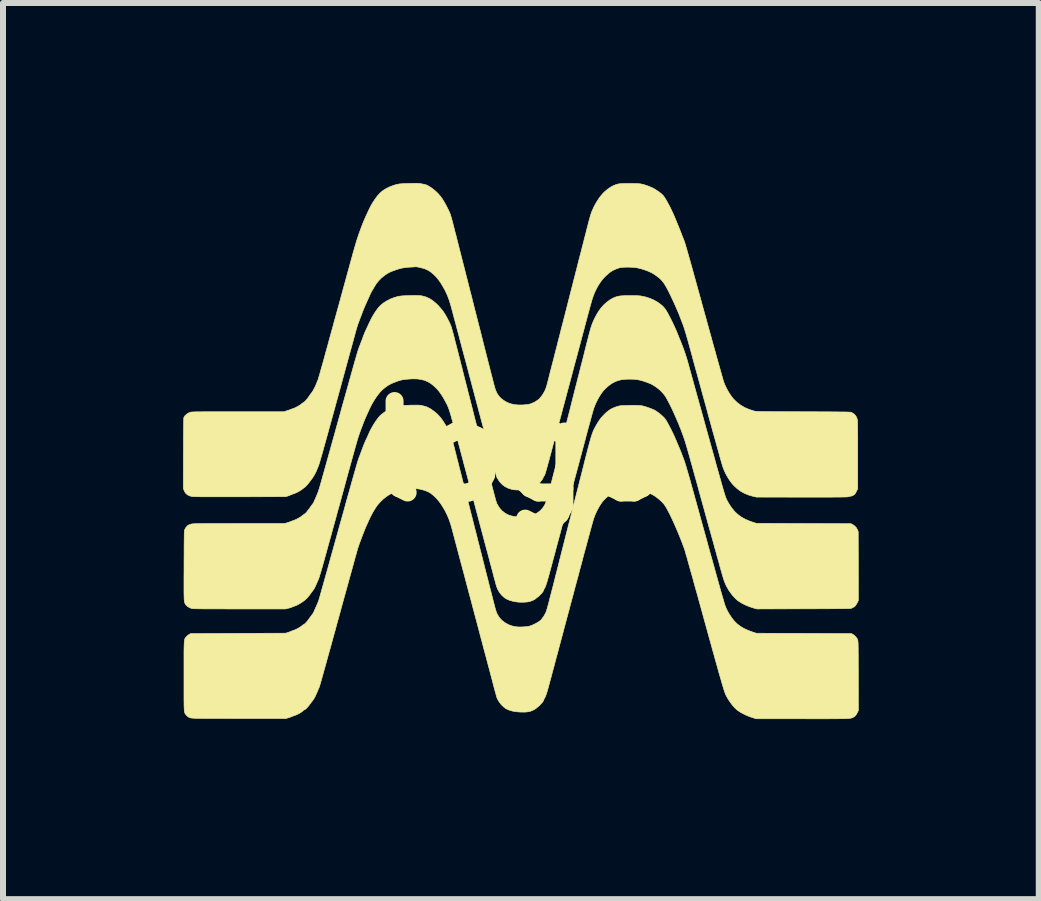
<source format=kicad_pcb>
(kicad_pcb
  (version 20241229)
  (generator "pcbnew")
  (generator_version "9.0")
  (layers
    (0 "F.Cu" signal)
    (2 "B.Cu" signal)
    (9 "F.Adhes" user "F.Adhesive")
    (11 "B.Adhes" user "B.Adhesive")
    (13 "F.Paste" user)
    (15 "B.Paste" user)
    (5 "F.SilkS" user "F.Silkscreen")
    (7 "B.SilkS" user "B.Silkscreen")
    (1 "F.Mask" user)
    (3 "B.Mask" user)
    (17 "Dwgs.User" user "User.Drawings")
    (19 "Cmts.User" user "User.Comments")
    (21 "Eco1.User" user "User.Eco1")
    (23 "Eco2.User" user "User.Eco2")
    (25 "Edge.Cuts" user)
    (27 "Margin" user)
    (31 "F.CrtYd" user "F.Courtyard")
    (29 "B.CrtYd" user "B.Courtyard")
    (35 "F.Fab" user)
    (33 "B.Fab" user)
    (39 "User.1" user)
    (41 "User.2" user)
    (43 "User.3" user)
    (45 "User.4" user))
  (footprint "logo"
    (layer "F.Cu")
    (at 5.63 4.468)
    (property "Reference" "logo" (at 0 0 0) (layer "F.SilkS") (effects (font (size 1.524 1.524) (thickness 0.3))))
    (attr through_hole)
    (fp_poly (pts (xy -1.726 -2.594) (xy -1.704 -2.593) (xy -1.686 -2.592) (xy -1.67 -2.59) (xy -1.653 -2.588) (xy -1.639 -2.585) (xy -1.581 -2.569) (xy -1.523 -2.543) (xy -1.467 -2.507) (xy -1.411 -2.46) (xy -1.383 -2.433) (xy -1.34 -2.385) (xy -1.3 -2.336) (xy -1.264 -2.282) (xy -1.23 -2.223) (xy -1.196 -2.156) (xy -1.186 -2.135) (xy -1.181 -2.125) (xy -1.177 -2.115) (xy -1.173 -2.105) (xy -1.169 -2.094) (xy -1.164 -2.082) (xy -1.159 -2.068) (xy -1.154 -2.051) (xy -1.148 -2.032) (xy -1.142 -2.008) (xy -1.134 -1.98) (xy -1.125 -1.948) (xy -1.115 -1.91) (xy -1.104 -1.866) (xy -1.091 -1.815) (xy -1.076 -1.757) (xy -1.059 -1.692) (xy -1.04 -1.618) (xy -1.019 -1.535) (xy -0.996 -1.443) (xy -0.987 -1.41) (xy -0.966 -1.324) (xy -0.944 -1.238) (xy -0.922 -1.152) (xy -0.9 -1.068) (xy -0.88 -0.986) (xy -0.86 -0.908) (xy -0.841 -0.834) (xy -0.823 -0.764) (xy -0.807 -0.701) (xy -0.793 -0.645) (xy -0.781 -0.597) (xy -0.771 -0.558) (xy -0.766 -0.537) (xy -0.752 -0.485) (xy -0.737 -0.425) (xy -0.72 -0.359) (xy -0.703 -0.29) (xy -0.685 -0.221) (xy -0.668 -0.153) (xy -0.651 -0.088) (xy -0.643 -0.056) (xy -0.614 0.057) (xy -0.588 0.16) (xy -0.564 0.254) (xy -0.543 0.338) (xy -0.523 0.415) (xy -0.506 0.483) (xy -0.49 0.544) (xy -0.477 0.598) (xy -0.464 0.645) (xy -0.454 0.687) (xy -0.444 0.723) (xy -0.436 0.753) (xy -0.429 0.779) (xy -0.423 0.801) (xy -0.418 0.82) (xy -0.413 0.835) (xy -0.409 0.847) (xy -0.406 0.857) (xy -0.403 0.865) (xy -0.4 0.872) (xy -0.398 0.877) (xy -0.395 0.883) (xy -0.392 0.888) (xy -0.389 0.894) (xy -0.388 0.895) (xy -0.356 0.947) (xy -0.318 0.991) (xy -0.273 1.027) (xy -0.27 1.029) (xy -0.235 1.05) (xy -0.201 1.066) (xy -0.164 1.078) (xy -0.124 1.087) (xy -0.077 1.092) (xy -0.043 1.095) (xy 0.008 1.096) (xy 0.056 1.096) (xy 0.099 1.092) (xy 0.137 1.087) (xy 0.167 1.08) (xy 0.189 1.071) (xy 0.196 1.066) (xy 0.207 1.06) (xy 0.22 1.056) (xy 0.236 1.05) (xy 0.257 1.039) (xy 0.281 1.024) (xy 0.304 1.008) (xy 0.323 0.992) (xy 0.333 0.983) (xy 0.352 0.961) (xy 0.369 0.941) (xy 0.384 0.919) (xy 0.398 0.895) (xy 0.411 0.867) (xy 0.423 0.836) (xy 0.436 0.799) (xy 0.449 0.755) (xy 0.463 0.703) (xy 0.479 0.642) (xy 0.481 0.635) (xy 0.495 0.577) (xy 0.512 0.51) (xy 0.531 0.436) (xy 0.552 0.355) (xy 0.574 0.27) (xy 0.596 0.18) (xy 0.62 0.089) (xy 0.643 -0.003) (xy 0.666 -0.096) (xy 0.689 -0.186) (xy 0.712 -0.273) (xy 0.733 -0.356) (xy 0.752 -0.433) (xy 0.767 -0.492) (xy 0.799 -0.617) (xy 0.828 -0.731) (xy 0.854 -0.836) (xy 0.878 -0.93) (xy 0.9 -1.015) (xy 0.919 -1.091) (xy 0.936 -1.157) (xy 0.95 -1.214) (xy 0.963 -1.263) (xy 0.973 -1.302) (xy 0.98 -1.332) (xy 0.986 -1.354) (xy 0.987 -1.357) (xy 0.991 -1.375) (xy 0.998 -1.402) (xy 1.007 -1.437) (xy 1.018 -1.478) (xy 1.03 -1.525) (xy 1.043 -1.577) (xy 1.057 -1.632) (xy 1.071 -1.69) (xy 1.085 -1.744) (xy 1.102 -1.813) (xy 1.118 -1.873) (xy 1.131 -1.925) (xy 1.143 -1.97) (xy 1.153 -2.007) (xy 1.162 -2.039) (xy 1.17 -2.066) (xy 1.178 -2.089) (xy 1.185 -2.109) (xy 1.191 -2.128) (xy 1.194 -2.134) (xy 1.225 -2.204) (xy 1.26 -2.271) (xy 1.297 -2.332) (xy 1.337 -2.387) (xy 1.377 -2.432) (xy 1.389 -2.444) (xy 1.44 -2.488) (xy 1.489 -2.524) (xy 1.538 -2.551) (xy 1.587 -2.571) (xy 1.639 -2.584) (xy 1.642 -2.584) (xy 1.664 -2.587) (xy 1.694 -2.589) (xy 1.731 -2.591) (xy 1.772 -2.592) (xy 1.816 -2.592) (xy 1.86 -2.592) (xy 1.903 -2.591) (xy 1.943 -2.59) (xy 1.977 -2.588) (xy 2.004 -2.585) (xy 2.008 -2.584) (xy 2.08 -2.569) (xy 2.151 -2.546) (xy 2.218 -2.517) (xy 2.279 -2.482) (xy 2.293 -2.472) (xy 2.329 -2.446) (xy 2.358 -2.422) (xy 2.381 -2.398) (xy 2.403 -2.372) (xy 2.424 -2.34) (xy 2.446 -2.303) (xy 2.48 -2.238) (xy 2.516 -2.168) (xy 2.55 -2.096) (xy 2.582 -2.026) (xy 2.596 -1.992) (xy 2.609 -1.961) (xy 2.624 -1.924) (xy 2.639 -1.886) (xy 2.654 -1.851) (xy 2.656 -1.846) (xy 2.684 -1.774) (xy 2.712 -1.701) (xy 2.737 -1.629) (xy 2.759 -1.561) (xy 2.778 -1.5) (xy 2.78 -1.492) (xy 2.829 -1.313) (xy 2.876 -1.144) (xy 2.92 -0.984) (xy 2.962 -0.834) (xy 3.001 -0.693) (xy 3.038 -0.561) (xy 3.072 -0.437) (xy 3.104 -0.321) (xy 3.134 -0.213) (xy 3.162 -0.112) (xy 3.188 -0.019) (xy 3.212 0.067) (xy 3.234 0.146) (xy 3.254 0.22) (xy 3.273 0.287) (xy 3.29 0.348) (xy 3.306 0.403) (xy 3.32 0.454) (xy 3.333 0.499) (xy 3.344 0.54) (xy 3.355 0.577) (xy 3.364 0.609) (xy 3.372 0.638) (xy 3.38 0.663) (xy 3.386 0.685) (xy 3.392 0.704) (xy 3.397 0.721) (xy 3.402 0.735) (xy 3.406 0.747) (xy 3.409 0.757) (xy 3.412 0.767) (xy 3.415 0.774) (xy 3.418 0.782) (xy 3.421 0.788) (xy 3.424 0.794) (xy 3.426 0.801) (xy 3.428 0.805) (xy 3.435 0.819) (xy 3.446 0.839) (xy 3.46 0.863) (xy 3.476 0.889) (xy 3.481 0.898) (xy 3.523 0.958) (xy 3.568 1.011) (xy 3.618 1.057) (xy 3.674 1.098) (xy 3.736 1.133) (xy 3.807 1.164) (xy 3.881 1.19) (xy 3.924 1.203) (xy 5.501 1.209) (xy 5.527 1.222) (xy 5.561 1.245) (xy 5.589 1.274) (xy 5.609 1.309) (xy 5.61 1.31) (xy 5.622 1.341) (xy 5.624 1.914) (xy 5.625 2.487) (xy 5.607 2.526) (xy 5.588 2.558) (xy 5.57 2.583) (xy 5.551 2.598) (xy 5.541 2.602) (xy 5.529 2.607) (xy 5.522 2.612) (xy 5.513 2.617) (xy 5.5 2.622) (xy 5.498 2.622) (xy 5.491 2.623) (xy 5.473 2.623) (xy 5.447 2.624) (xy 5.411 2.624) (xy 5.367 2.625) (xy 5.316 2.625) (xy 5.258 2.626) (xy 5.194 2.626) (xy 5.123 2.627) (xy 5.048 2.627) (xy 4.968 2.627) (xy 4.884 2.628) (xy 4.797 2.628) (xy 4.707 2.628) (xy 3.935 2.63) (xy 3.886 2.617) (xy 3.811 2.593) (xy 3.74 2.564) (xy 3.675 2.53) (xy 3.618 2.493) (xy 3.616 2.492) (xy 3.59 2.47) (xy 3.561 2.441) (xy 3.531 2.408) (xy 3.503 2.372) (xy 3.477 2.336) (xy 3.468 2.323) (xy 3.444 2.282) (xy 3.424 2.247) (xy 3.408 2.212) (xy 3.394 2.176) (xy 3.383 2.147) (xy 3.382 2.141) (xy 3.38 2.136) (xy 3.378 2.13) (xy 3.376 2.124) (xy 3.374 2.117) (xy 3.371 2.108) (xy 3.368 2.098) (xy 3.365 2.086) (xy 3.36 2.072) (xy 3.356 2.055) (xy 3.35 2.036) (xy 3.344 2.013) (xy 3.336 1.987) (xy 3.328 1.957) (xy 3.318 1.923) (xy 3.308 1.884) (xy 3.296 1.841) (xy 3.282 1.792) (xy 3.267 1.739) (xy 3.251 1.679) (xy 3.232 1.613) (xy 3.213 1.541) (xy 3.191 1.463) (xy 3.167 1.377) (xy 3.141 1.284) (xy 3.113 1.183) (xy 3.083 1.075) (xy 3.051 0.958) (xy 3.016 0.832) (xy 2.979 0.698) (xy 2.94 0.554) (xy 2.897 0.401) (xy 2.853 0.241) (xy 2.83 0.16) (xy 2.81 0.087) (xy 2.792 0.023) (xy 2.776 -0.033) (xy 2.761 -0.084) (xy 2.747 -0.13) (xy 2.734 -0.172) (xy 2.721 -0.211) (xy 2.708 -0.249) (xy 2.695 -0.285) (xy 2.681 -0.322) (xy 2.667 -0.36) (xy 2.65 -0.401) (xy 2.633 -0.445) (xy 2.622 -0.471) (xy 2.59 -0.546) (xy 2.557 -0.621) (xy 2.524 -0.694) (xy 2.49 -0.763) (xy 2.458 -0.825) (xy 2.428 -0.88) (xy 2.416 -0.901) (xy 2.388 -0.942) (xy 2.352 -0.983) (xy 2.31 -1.024) (xy 2.264 -1.061) (xy 2.216 -1.093) (xy 2.17 -1.119) (xy 2.151 -1.127) (xy 2.091 -1.15) (xy 2.038 -1.168) (xy 1.989 -1.182) (xy 1.943 -1.191) (xy 1.897 -1.197) (xy 1.849 -1.199) (xy 1.796 -1.199) (xy 1.781 -1.199) (xy 1.742 -1.197) (xy 1.712 -1.195) (xy 1.686 -1.192) (xy 1.663 -1.187) (xy 1.641 -1.182) (xy 1.589 -1.165) (xy 1.541 -1.143) (xy 1.494 -1.114) (xy 1.447 -1.077) (xy 1.399 -1.031) (xy 1.386 -1.018) (xy 1.357 -0.984) (xy 1.327 -0.941) (xy 1.298 -0.893) (xy 1.27 -0.84) (xy 1.244 -0.786) (xy 1.222 -0.731) (xy 1.216 -0.714) (xy 1.211 -0.7) (xy 1.204 -0.676) (xy 1.195 -0.644) (xy 1.184 -0.604) (xy 1.171 -0.557) (xy 1.157 -0.505) (xy 1.141 -0.448) (xy 1.124 -0.387) (xy 1.107 -0.323) (xy 1.089 -0.257) (xy 1.082 -0.228) (xy 1.032 -0.041) (xy 0.98 0.154) (xy 0.926 0.355) (xy 0.87 0.562) (xy 0.814 0.772) (xy 0.758 0.985) (xy 0.701 1.197) (xy 0.645 1.408) (xy 0.589 1.615) (xy 0.564 1.711) (xy 0.54 1.798) (xy 0.519 1.877) (xy 0.501 1.946) (xy 0.484 2.006) (xy 0.47 2.059) (xy 0.457 2.105) (xy 0.446 2.143) (xy 0.437 2.176) (xy 0.428 2.203) (xy 0.421 2.225) (xy 0.415 2.243) (xy 0.409 2.257) (xy 0.405 2.269) (xy 0.4 2.277) (xy 0.396 2.284) (xy 0.394 2.286) (xy 0.388 2.296) (xy 0.382 2.311) (xy 0.382 2.313) (xy 0.374 2.33) (xy 0.364 2.348) (xy 0.362 2.35) (xy 0.351 2.364) (xy 0.337 2.38) (xy 0.32 2.397) (xy 0.305 2.413) (xy 0.291 2.425) (xy 0.281 2.433) (xy 0.278 2.434) (xy 0.271 2.438) (xy 0.26 2.447) (xy 0.256 2.451) (xy 0.234 2.469) (xy 0.204 2.485) (xy 0.168 2.499) (xy 0.13 2.51) (xy 0.104 2.514) (xy 0.043 2.518) (xy -0.019 2.518) (xy -0.079 2.512) (xy -0.136 2.501) (xy -0.189 2.486) (xy -0.235 2.466) (xy -0.273 2.443) (xy -0.275 2.441) (xy -0.32 2.4) (xy -0.358 2.352) (xy -0.388 2.299) (xy -0.409 2.243) (xy -0.409 2.241) (xy -0.414 2.224) (xy -0.421 2.199) (xy -0.429 2.167) (xy -0.44 2.129) (xy -0.451 2.088) (xy -0.462 2.044) (xy -0.47 2.013) (xy -0.481 1.972) (xy -0.494 1.923) (xy -0.51 1.865) (xy -0.527 1.798) (xy -0.547 1.723) (xy -0.57 1.638) (xy -0.595 1.545) (xy -0.622 1.443) (xy -0.652 1.331) (xy -0.684 1.209) (xy -0.719 1.078) (xy -0.756 0.938) (xy -0.796 0.787) (xy -0.833 0.646) (xy -0.851 0.581) (xy -0.868 0.516) (xy -0.885 0.45) (xy -0.902 0.387) (xy -0.918 0.326) (xy -0.933 0.27) (xy -0.947 0.219) (xy -0.958 0.176) (xy -0.967 0.142) (xy -0.968 0.138) (xy -0.997 0.029) (xy -1.023 -0.07) (xy -1.047 -0.16) (xy -1.069 -0.241) (xy -1.088 -0.314) (xy -1.106 -0.379) (xy -1.122 -0.438) (xy -1.136 -0.489) (xy -1.149 -0.535) (xy -1.16 -0.575) (xy -1.17 -0.611) (xy -1.18 -0.641) (xy -1.188 -0.668) (xy -1.196 -0.692) (xy -1.203 -0.712) (xy -1.21 -0.73) (xy -1.217 -0.747) (xy -1.223 -0.762) (xy -1.23 -0.776) (xy -1.237 -0.79) (xy -1.245 -0.804) (xy -1.253 -0.819) (xy -1.262 -0.836) (xy -1.262 -0.836) (xy -1.295 -0.895) (xy -1.327 -0.946) (xy -1.359 -0.991) (xy -1.392 -1.03) (xy -1.428 -1.067) (xy -1.446 -1.083) (xy -1.496 -1.124) (xy -1.548 -1.155) (xy -1.602 -1.179) (xy -1.661 -1.194) (xy -1.726 -1.203) (xy -1.798 -1.204) (xy -1.808 -1.204) (xy -1.865 -1.201) (xy -1.914 -1.197) (xy -1.957 -1.192) (xy -1.996 -1.184) (xy -2.034 -1.173) (xy -2.073 -1.16) (xy -2.09 -1.153) (xy -2.138 -1.134) (xy -2.177 -1.115) (xy -2.212 -1.096) (xy -2.244 -1.074) (xy -2.277 -1.049) (xy -2.311 -1.019) (xy -2.342 -0.988) (xy -2.375 -0.948) (xy -2.409 -0.902) (xy -2.442 -0.852) (xy -2.474 -0.799) (xy -2.503 -0.744) (xy -2.524 -0.7) (xy -2.537 -0.67) (xy -2.553 -0.637) (xy -2.567 -0.605) (xy -2.574 -0.59) (xy -2.586 -0.563) (xy -2.601 -0.527) (xy -2.618 -0.486) (xy -2.635 -0.441) (xy -2.653 -0.394) (xy -2.671 -0.347) (xy -2.687 -0.302) (xy -2.701 -0.261) (xy -2.712 -0.228) (xy -2.718 -0.209) (xy -2.726 -0.182) (xy -2.736 -0.146) (xy -2.748 -0.104) (xy -2.762 -0.057) (xy -2.776 -0.005) (xy -2.791 0.049) (xy -2.807 0.106) (xy -2.818 0.146) (xy -2.864 0.312) (xy -2.907 0.469) (xy -2.947 0.617) (xy -2.985 0.755) (xy -3.02 0.884) (xy -3.054 1.004) (xy -3.084 1.117) (xy -3.113 1.221) (xy -3.14 1.317) (xy -3.164 1.407) (xy -3.187 1.489) (xy -3.208 1.564) (xy -3.227 1.633) (xy -3.244 1.696) (xy -3.26 1.753) (xy -3.274 1.804) (xy -3.287 1.851) (xy -3.299 1.892) (xy -3.309 1.929) (xy -3.319 1.962) (xy -3.327 1.991) (xy -3.334 2.016) (xy -3.341 2.038) (xy -3.347 2.057) (xy -3.352 2.073) (xy -3.356 2.087) (xy -3.36 2.099) (xy -3.363 2.11) (xy -3.367 2.119) (xy -3.369 2.126) (xy -3.372 2.133) (xy -3.375 2.14) (xy -3.375 2.14) (xy -3.397 2.192) (xy -3.416 2.234) (xy -3.432 2.268) (xy -3.446 2.294) (xy -3.459 2.314) (xy -3.464 2.321) (xy -3.478 2.339) (xy -3.492 2.357) (xy -3.497 2.365) (xy -3.53 2.41) (xy -3.561 2.447) (xy -3.592 2.476) (xy -3.6 2.483) (xy -3.635 2.509) (xy -3.673 2.534) (xy -3.71 2.556) (xy -3.745 2.573) (xy -3.77 2.582) (xy -3.789 2.589) (xy -3.805 2.595) (xy -3.814 2.599) (xy -3.814 2.599) (xy -3.822 2.603) (xy -3.837 2.608) (xy -3.858 2.614) (xy -3.872 2.617) (xy -3.923 2.63) (xy -4.693 2.63) (xy -4.799 2.63) (xy -4.895 2.63) (xy -4.981 2.629) (xy -5.058 2.629) (xy -5.127 2.629) (xy -5.188 2.629) (xy -5.241 2.629) (xy -5.287 2.629) (xy -5.327 2.628) (xy -5.361 2.628) (xy -5.39 2.627) (xy -5.414 2.627) (xy -5.434 2.626) (xy -5.45 2.626) (xy -5.462 2.625) (xy -5.472 2.624) (xy -5.48 2.623) (xy -5.486 2.622) (xy -5.491 2.621) (xy -5.493 2.62) (xy -5.528 2.605) (xy -5.559 2.586) (xy -5.581 2.564) (xy -5.591 2.55) (xy -5.595 2.543) (xy -5.598 2.536) (xy -5.601 2.53) (xy -5.603 2.522) (xy -5.606 2.514) (xy -5.608 2.503) (xy -5.609 2.49) (xy -5.611 2.474) (xy -5.612 2.454) (xy -5.612 2.43) (xy -5.613 2.4) (xy -5.614 2.365) (xy -5.614 2.324) (xy -5.614 2.275) (xy -5.614 2.22) (xy -5.614 2.156) (xy -5.614 2.083) (xy -5.613 2.001) (xy -5.613 1.912) (xy -5.613 1.816) (xy -5.612 1.731) (xy -5.612 1.656) (xy -5.612 1.589) (xy -5.611 1.531) (xy -5.611 1.481) (xy -5.61 1.439) (xy -5.61 1.404) (xy -5.609 1.376) (xy -5.608 1.353) (xy -5.607 1.336) (xy -5.606 1.325) (xy -5.605 1.318) (xy -5.605 1.316) (xy -5.596 1.298) (xy -5.584 1.277) (xy -5.569 1.258) (xy -5.554 1.242) (xy -5.542 1.233) (xy -5.529 1.228) (xy -5.51 1.221) (xy -5.495 1.217) (xy -5.491 1.215) (xy -5.485 1.214) (xy -5.479 1.213) (xy -5.471 1.212) (xy -5.461 1.211) (xy -5.449 1.21) (xy -5.433 1.21) (xy -5.413 1.209) (xy -5.389 1.208) (xy -5.361 1.208) (xy -5.327 1.208) (xy -5.287 1.207) (xy -5.241 1.207) (xy -5.188 1.207) (xy -5.127 1.207) (xy -5.059 1.207) (xy -4.982 1.207) (xy -4.896 1.207) (xy -4.801 1.206) (xy -4.699 1.206) (xy -3.934 1.206) (xy -3.886 1.191) (xy -3.864 1.184) (xy -3.845 1.177) (xy -3.832 1.172) (xy -3.828 1.17) (xy -3.818 1.166) (xy -3.801 1.16) (xy -3.782 1.153) (xy -3.781 1.153) (xy -3.764 1.146) (xy -3.742 1.137) (xy -3.719 1.124) (xy -3.696 1.112) (xy -3.675 1.099) (xy -3.659 1.088) (xy -3.649 1.08) (xy -3.648 1.079) (xy -3.643 1.074) (xy -3.63 1.065) (xy -3.614 1.054) (xy -3.612 1.053) (xy -3.595 1.04) (xy -3.579 1.027) (xy -3.57 1.016) (xy -3.561 1.003) (xy -3.548 0.986) (xy -3.537 0.973) (xy -3.525 0.959) (xy -3.517 0.948) (xy -3.514 0.942) (xy -3.511 0.937) (xy -3.502 0.925) (xy -3.49 0.908) (xy -3.482 0.897) (xy -3.468 0.879) (xy -3.458 0.864) (xy -3.451 0.853) (xy -3.45 0.85) (xy -3.448 0.844) (xy -3.442 0.83) (xy -3.434 0.812) (xy -3.431 0.806) (xy -3.42 0.782) (xy -3.409 0.756) (xy -3.4 0.734) (xy -3.4 0.734) (xy -3.391 0.712) (xy -3.382 0.69) (xy -3.377 0.677) (xy -3.373 0.668) (xy -3.368 0.649) (xy -3.359 0.622) (xy -3.349 0.588) (xy -3.338 0.548) (xy -3.324 0.501) (xy -3.31 0.451) (xy -3.295 0.396) (xy -3.279 0.339) (xy -3.275 0.328) (xy -3.261 0.276) (xy -3.244 0.215) (xy -3.225 0.146) (xy -3.204 0.071) (xy -3.181 -0.01) (xy -3.158 -0.094) (xy -3.134 -0.18) (xy -3.109 -0.268) (xy -3.085 -0.356) (xy -3.061 -0.443) (xy -3.037 -0.527) (xy -3.029 -0.556) (xy -2.995 -0.681) (xy -2.963 -0.796) (xy -2.933 -0.902) (xy -2.906 -0.999) (xy -2.881 -1.088) (xy -2.859 -1.168) (xy -2.838 -1.241) (xy -2.82 -1.307) (xy -2.803 -1.366) (xy -2.789 -1.419) (xy -2.775 -1.466) (xy -2.764 -1.507) (xy -2.753 -1.543) (xy -2.744 -1.575) (xy -2.736 -1.603) (xy -2.729 -1.626) (xy -2.723 -1.647) (xy -2.717 -1.664) (xy -2.713 -1.679) (xy -2.708 -1.693) (xy -2.704 -1.704) (xy -2.701 -1.714) (xy -2.697 -1.724) (xy -2.694 -1.733) (xy -2.691 -1.741) (xy -2.677 -1.776) (xy -2.662 -1.817) (xy -2.646 -1.857) (xy -2.633 -1.893) (xy -2.633 -1.895) (xy -2.622 -1.924) (xy -2.61 -1.953) (xy -2.6 -1.979) (xy -2.591 -1.998) (xy -2.589 -2.003) (xy -2.581 -2.019) (xy -2.571 -2.042) (xy -2.558 -2.069) (xy -2.544 -2.1) (xy -2.535 -2.12) (xy -2.491 -2.211) (xy -2.442 -2.296) (xy -2.389 -2.372) (xy -2.369 -2.396) (xy -2.333 -2.434) (xy -2.288 -2.47) (xy -2.236 -2.503) (xy -2.18 -2.532) (xy -2.134 -2.551) (xy -2.101 -2.562) (xy -2.071 -2.571) (xy -2.043 -2.578) (xy -2.014 -2.583) (xy -1.982 -2.587) (xy -1.946 -2.589) (xy -1.902 -2.591) (xy -1.873 -2.592) (xy -1.824 -2.593) (xy -1.784 -2.594) (xy -1.752 -2.594) (xy -1.726 -2.594)) (stroke (width 0.01) (type solid)) (fill yes) (layer "F.SilkS"))
    (fp_poly (pts (xy -1.684 -0.765) (xy -1.646 -0.759) (xy -1.607 -0.749) (xy -1.571 -0.738) (xy -1.553 -0.73) (xy -1.501 -0.702) (xy -1.449 -0.665) (xy -1.398 -0.623) (xy -1.352 -0.575) (xy -1.319 -0.533) (xy -1.295 -0.499) (xy -1.269 -0.457) (xy -1.242 -0.412) (xy -1.217 -0.365) (xy -1.194 -0.321) (xy -1.188 -0.307) (xy -1.18 -0.29) (xy -1.173 -0.274) (xy -1.166 -0.258) (xy -1.16 -0.241) (xy -1.154 -0.223) (xy -1.147 -0.201) (xy -1.14 -0.174) (xy -1.131 -0.142) (xy -1.121 -0.103) (xy -1.109 -0.057) (xy -1.095 -0.001) (xy -1.093 0.008) (xy -1.079 0.061) (xy -1.066 0.115) (xy -1.052 0.168) (xy -1.039 0.218) (xy -1.028 0.264) (xy -1.018 0.304) (xy -1.009 0.336) (xy -1.005 0.352) (xy -1 0.372) (xy -0.993 0.401) (xy -0.983 0.439) (xy -0.972 0.485) (xy -0.958 0.536) (xy -0.944 0.594) (xy -0.928 0.656) (xy -0.911 0.722) (xy -0.893 0.791) (xy -0.875 0.862) (xy -0.857 0.934) (xy -0.838 1.011) (xy -0.817 1.092) (xy -0.796 1.173) (xy -0.776 1.255) (xy -0.755 1.335) (xy -0.735 1.413) (xy -0.717 1.487) (xy -0.699 1.555) (xy -0.684 1.616) (xy -0.67 1.67) (xy -0.664 1.693) (xy -0.648 1.755) (xy -0.632 1.821) (xy -0.614 1.89) (xy -0.597 1.959) (xy -0.58 2.025) (xy -0.564 2.088) (xy -0.549 2.144) (xy -0.54 2.183) (xy -0.519 2.265) (xy -0.5 2.337) (xy -0.484 2.401) (xy -0.47 2.456) (xy -0.458 2.504) (xy -0.447 2.544) (xy -0.438 2.579) (xy -0.431 2.607) (xy -0.424 2.631) (xy -0.418 2.651) (xy -0.413 2.667) (xy -0.409 2.68) (xy -0.405 2.69) (xy -0.402 2.699) (xy -0.398 2.707) (xy -0.394 2.715) (xy -0.391 2.721) (xy -0.359 2.772) (xy -0.318 2.818) (xy -0.27 2.856) (xy -0.215 2.887) (xy -0.193 2.897) (xy -0.147 2.913) (xy -0.099 2.924) (xy -0.049 2.93) (xy 0.007 2.931) (xy 0.07 2.927) (xy 0.081 2.926) (xy 0.11 2.923) (xy 0.133 2.919) (xy 0.155 2.913) (xy 0.18 2.903) (xy 0.196 2.897) (xy 0.232 2.88) (xy 0.267 2.862) (xy 0.298 2.843) (xy 0.322 2.825) (xy 0.338 2.811) (xy 0.381 2.754) (xy 0.413 2.697) (xy 0.416 2.69) (xy 0.419 2.683) (xy 0.422 2.675) (xy 0.425 2.665) (xy 0.429 2.653) (xy 0.434 2.639) (xy 0.439 2.621) (xy 0.445 2.6) (xy 0.452 2.575) (xy 0.46 2.545) (xy 0.469 2.51) (xy 0.479 2.47) (xy 0.491 2.424) (xy 0.505 2.371) (xy 0.52 2.311) (xy 0.538 2.244) (xy 0.557 2.168) (xy 0.578 2.084) (xy 0.602 1.992) (xy 0.628 1.889) (xy 0.645 1.82) (xy 0.685 1.663) (xy 0.727 1.497) (xy 0.77 1.326) (xy 0.815 1.152) (xy 0.859 0.978) (xy 0.897 0.828) (xy 0.907 0.787) (xy 0.92 0.738) (xy 0.934 0.681) (xy 0.951 0.617) (xy 0.968 0.549) (xy 0.986 0.477) (xy 1.005 0.404) (xy 1.024 0.329) (xy 1.043 0.255) (xy 1.06 0.184) (xy 1.081 0.102) (xy 1.1 0.03) (xy 1.116 -0.034) (xy 1.131 -0.09) (xy 1.144 -0.138) (xy 1.156 -0.181) (xy 1.166 -0.217) (xy 1.176 -0.249) (xy 1.185 -0.277) (xy 1.194 -0.302) (xy 1.202 -0.324) (xy 1.211 -0.345) (xy 1.22 -0.364) (xy 1.23 -0.384) (xy 1.241 -0.404) (xy 1.253 -0.426) (xy 1.292 -0.492) (xy 1.334 -0.551) (xy 1.38 -0.602) (xy 1.431 -0.65) (xy 1.474 -0.683) (xy 1.506 -0.703) (xy 1.546 -0.722) (xy 1.589 -0.739) (xy 1.632 -0.751) (xy 1.646 -0.754) (xy 1.668 -0.757) (xy 1.699 -0.759) (xy 1.736 -0.761) (xy 1.778 -0.762) (xy 1.822 -0.763) (xy 1.867 -0.763) (xy 1.909 -0.763) (xy 1.949 -0.762) (xy 1.982 -0.76) (xy 2.008 -0.757) (xy 2.011 -0.757) (xy 2.034 -0.752) (xy 2.064 -0.744) (xy 2.099 -0.733) (xy 2.134 -0.721) (xy 2.169 -0.708) (xy 2.199 -0.696) (xy 2.22 -0.687) (xy 2.256 -0.666) (xy 2.295 -0.639) (xy 2.333 -0.608) (xy 2.364 -0.58) (xy 2.382 -0.563) (xy 2.396 -0.547) (xy 2.409 -0.53) (xy 2.422 -0.51) (xy 2.437 -0.485) (xy 2.452 -0.458) (xy 2.502 -0.363) (xy 2.548 -0.269) (xy 2.591 -0.17) (xy 2.598 -0.153) (xy 2.611 -0.123) (xy 2.623 -0.094) (xy 2.634 -0.069) (xy 2.642 -0.049) (xy 2.646 -0.04) (xy 2.656 -0.016) (xy 2.669 0.016) (xy 2.683 0.055) (xy 2.7 0.098) (xy 2.717 0.144) (xy 2.726 0.169) (xy 2.732 0.188) (xy 2.741 0.216) (xy 2.752 0.251) (xy 2.764 0.293) (xy 2.778 0.34) (xy 2.793 0.392) (xy 2.809 0.446) (xy 2.825 0.502) (xy 2.834 0.537) (xy 2.858 0.623) (xy 2.882 0.708) (xy 2.905 0.793) (xy 2.929 0.878) (xy 2.953 0.965) (xy 2.978 1.055) (xy 3.003 1.148) (xy 3.03 1.245) (xy 3.059 1.348) (xy 3.089 1.456) (xy 3.12 1.571) (xy 3.154 1.694) (xy 3.191 1.825) (xy 3.225 1.947) (xy 3.246 2.024) (xy 3.267 2.099) (xy 3.287 2.171) (xy 3.306 2.239) (xy 3.324 2.304) (xy 3.341 2.364) (xy 3.357 2.418) (xy 3.371 2.465) (xy 3.383 2.506) (xy 3.392 2.538) (xy 3.4 2.562) (xy 3.405 2.577) (xy 3.405 2.577) (xy 3.424 2.624) (xy 3.448 2.672) (xy 3.475 2.719) (xy 3.516 2.78) (xy 3.559 2.834) (xy 3.607 2.881) (xy 3.66 2.921) (xy 3.719 2.956) (xy 3.787 2.987) (xy 3.863 3.015) (xy 3.871 3.018) (xy 3.924 3.035) (xy 4.715 3.037) (xy 5.506 3.04) (xy 5.531 3.052) (xy 5.557 3.069) (xy 5.581 3.093) (xy 5.602 3.121) (xy 5.612 3.141) (xy 5.613 3.145) (xy 5.615 3.15) (xy 5.616 3.156) (xy 5.617 3.163) (xy 5.618 3.173) (xy 5.619 3.185) (xy 5.62 3.201) (xy 5.621 3.221) (xy 5.621 3.246) (xy 5.622 3.276) (xy 5.622 3.311) (xy 5.622 3.354) (xy 5.623 3.403) (xy 5.623 3.461) (xy 5.623 3.526) (xy 5.623 3.601) (xy 5.624 3.685) (xy 5.624 3.745) (xy 5.625 4.323) (xy 5.608 4.356) (xy 5.592 4.386) (xy 5.577 4.407) (xy 5.561 4.423) (xy 5.543 4.434) (xy 5.538 4.436) (xy 5.531 4.44) (xy 5.524 4.443) (xy 5.517 4.445) (xy 5.509 4.448) (xy 5.501 4.45) (xy 5.49 4.452) (xy 5.478 4.454) (xy 5.462 4.455) (xy 5.444 4.456) (xy 5.421 4.457) (xy 5.394 4.458) (xy 5.362 4.459) (xy 5.325 4.459) (xy 5.282 4.46) (xy 5.232 4.46) (xy 5.176 4.46) (xy 5.111 4.461) (xy 5.039 4.461) (xy 4.958 4.461) (xy 4.868 4.461) (xy 4.768 4.461) (xy 4.692 4.46) (xy 3.924 4.46) (xy 3.873 4.445) (xy 3.821 4.428) (xy 3.768 4.407) (xy 3.717 4.383) (xy 3.67 4.358) (xy 3.629 4.332) (xy 3.596 4.308) (xy 3.562 4.274) (xy 3.525 4.233) (xy 3.49 4.186) (xy 3.456 4.136) (xy 3.427 4.085) (xy 3.42 4.072) (xy 3.416 4.063) (xy 3.411 4.052) (xy 3.406 4.039) (xy 3.4 4.023) (xy 3.394 4.004) (xy 3.386 3.982) (xy 3.378 3.956) (xy 3.369 3.925) (xy 3.358 3.889) (xy 3.346 3.849) (xy 3.333 3.803) (xy 3.318 3.751) (xy 3.301 3.693) (xy 3.283 3.628) (xy 3.263 3.557) (xy 3.241 3.478) (xy 3.217 3.391) (xy 3.19 3.295) (xy 3.162 3.192) (xy 3.13 3.079) (xy 3.097 2.957) (xy 3.06 2.825) (xy 3.053 2.799) (xy 3.024 2.693) (xy 2.995 2.588) (xy 2.967 2.487) (xy 2.94 2.388) (xy 2.913 2.294) (xy 2.888 2.204) (xy 2.865 2.118) (xy 2.842 2.038) (xy 2.821 1.963) (xy 2.802 1.895) (xy 2.785 1.834) (xy 2.77 1.779) (xy 2.756 1.733) (xy 2.745 1.694) (xy 2.737 1.664) (xy 2.731 1.644) (xy 2.727 1.633) (xy 2.727 1.632) (xy 2.688 1.527) (xy 2.647 1.423) (xy 2.605 1.322) (xy 2.563 1.225) (xy 2.521 1.133) (xy 2.48 1.048) (xy 2.44 0.972) (xy 2.416 0.929) (xy 2.388 0.887) (xy 2.351 0.846) (xy 2.304 0.803) (xy 2.267 0.774) (xy 2.231 0.748) (xy 2.196 0.727) (xy 2.158 0.708) (xy 2.114 0.69) (xy 2.096 0.683) (xy 2.05 0.667) (xy 2.009 0.655) (xy 1.971 0.646) (xy 1.932 0.64) (xy 1.89 0.637) (xy 1.841 0.635) (xy 1.8 0.635) (xy 1.75 0.636) (xy 1.709 0.638) (xy 1.673 0.642) (xy 1.641 0.649) (xy 1.611 0.658) (xy 1.579 0.67) (xy 1.557 0.68) (xy 1.516 0.703) (xy 1.473 0.734) (xy 1.427 0.773) (xy 1.383 0.816) (xy 1.359 0.844) (xy 1.333 0.881) (xy 1.306 0.924) (xy 1.28 0.971) (xy 1.256 1.02) (xy 1.234 1.069) (xy 1.217 1.115) (xy 1.216 1.117) (xy 1.212 1.129) (xy 1.206 1.151) (xy 1.197 1.182) (xy 1.186 1.221) (xy 1.173 1.268) (xy 1.158 1.322) (xy 1.142 1.382) (xy 1.124 1.448) (xy 1.105 1.518) (xy 1.085 1.594) (xy 1.063 1.672) (xy 1.041 1.754) (xy 1.019 1.838) (xy 1.008 1.881) (xy 0.982 1.975) (xy 0.957 2.072) (xy 0.93 2.171) (xy 0.903 2.271) (xy 0.877 2.371) (xy 0.85 2.47) (xy 0.824 2.567) (xy 0.8 2.659) (xy 0.776 2.747) (xy 0.754 2.829) (xy 0.734 2.904) (xy 0.716 2.971) (xy 0.706 3.011) (xy 0.686 3.086) (xy 0.664 3.166) (xy 0.642 3.249) (xy 0.62 3.334) (xy 0.597 3.417) (xy 0.575 3.499) (xy 0.555 3.577) (xy 0.535 3.649) (xy 0.518 3.713) (xy 0.508 3.753) (xy 0.489 3.821) (xy 0.473 3.88) (xy 0.46 3.93) (xy 0.448 3.972) (xy 0.438 4.008) (xy 0.429 4.036) (xy 0.421 4.059) (xy 0.414 4.078) (xy 0.409 4.092) (xy 0.403 4.103) (xy 0.398 4.112) (xy 0.394 4.117) (xy 0.388 4.128) (xy 0.384 4.14) (xy 0.379 4.154) (xy 0.37 4.171) (xy 0.367 4.174) (xy 0.358 4.187) (xy 0.345 4.202) (xy 0.329 4.219) (xy 0.313 4.236) (xy 0.298 4.25) (xy 0.286 4.261) (xy 0.279 4.265) (xy 0.279 4.265) (xy 0.273 4.269) (xy 0.264 4.278) (xy 0.263 4.279) (xy 0.254 4.287) (xy 0.238 4.298) (xy 0.218 4.309) (xy 0.207 4.315) (xy 0.176 4.329) (xy 0.145 4.339) (xy 0.11 4.345) (xy 0.071 4.349) (xy 0.025 4.349) (xy -0.015 4.348) (xy -0.075 4.343) (xy -0.128 4.335) (xy -0.179 4.321) (xy -0.216 4.308) (xy -0.253 4.289) (xy -0.289 4.261) (xy -0.324 4.227) (xy -0.355 4.188) (xy -0.382 4.146) (xy -0.399 4.109) (xy -0.402 4.099) (xy -0.408 4.08) (xy -0.415 4.053) (xy -0.424 4.021) (xy -0.434 3.984) (xy -0.445 3.944) (xy -0.45 3.924) (xy -0.466 3.861) (xy -0.485 3.79) (xy -0.506 3.71) (xy -0.529 3.623) (xy -0.554 3.53) (xy -0.58 3.431) (xy -0.608 3.328) (xy -0.636 3.222) (xy -0.638 3.215) (xy -0.643 3.195) (xy -0.65 3.167) (xy -0.661 3.129) (xy -0.673 3.083) (xy -0.687 3.029) (xy -0.703 2.968) (xy -0.721 2.901) (xy -0.74 2.828) (xy -0.761 2.75) (xy -0.783 2.668) (xy -0.806 2.582) (xy -0.829 2.492) (xy -0.854 2.401) (xy -0.879 2.307) (xy -0.897 2.238) (xy -0.922 2.144) (xy -0.946 2.052) (xy -0.97 1.962) (xy -0.994 1.874) (xy -1.016 1.791) (xy -1.037 1.712) (xy -1.057 1.637) (xy -1.075 1.568) (xy -1.092 1.505) (xy -1.107 1.448) (xy -1.12 1.399) (xy -1.131 1.358) (xy -1.139 1.325) (xy -1.146 1.301) (xy -1.149 1.29) (xy -1.173 1.206) (xy -1.2 1.13) (xy -1.23 1.06) (xy -1.264 0.992) (xy -1.304 0.924) (xy -1.329 0.885) (xy -1.361 0.841) (xy -1.396 0.799) (xy -1.433 0.76) (xy -1.471 0.727) (xy -1.507 0.699) (xy -1.534 0.683) (xy -1.592 0.658) (xy -1.657 0.639) (xy -1.678 0.635) (xy -1.697 0.631) (xy -1.715 0.629) (xy -1.732 0.627) (xy -1.753 0.627) (xy -1.778 0.627) (xy -1.81 0.629) (xy -1.832 0.63) (xy -1.888 0.633) (xy -1.937 0.638) (xy -1.98 0.645) (xy -2.022 0.655) (xy -2.063 0.668) (xy -2.108 0.685) (xy -2.143 0.7) (xy -2.194 0.726) (xy -2.247 0.761) (xy -2.298 0.803) (xy -2.346 0.85) (xy -2.39 0.9) (xy -2.403 0.918) (xy -2.419 0.942) (xy -2.438 0.973) (xy -2.459 1.007) (xy -2.479 1.043) (xy -2.497 1.077) (xy -2.512 1.107) (xy -2.519 1.122) (xy -2.53 1.146) (xy -2.543 1.175) (xy -2.557 1.206) (xy -2.566 1.225) (xy -2.579 1.253) (xy -2.594 1.289) (xy -2.611 1.331) (xy -2.629 1.377) (xy -2.648 1.426) (xy -2.666 1.475) (xy -2.684 1.522) (xy -2.699 1.565) (xy -2.712 1.603) (xy -2.719 1.625) (xy -2.722 1.637) (xy -2.729 1.658) (xy -2.737 1.689) (xy -2.748 1.729) (xy -2.762 1.776) (xy -2.777 1.832) (xy -2.794 1.894) (xy -2.813 1.964) (xy -2.834 2.039) (xy -2.857 2.12) (xy -2.88 2.206) (xy -2.905 2.297) (xy -2.932 2.392) (xy -2.959 2.491) (xy -2.987 2.592) (xy -3.015 2.697) (xy -3.043 2.797) (xy -3.072 2.902) (xy -3.1 3.006) (xy -3.128 3.106) (xy -3.154 3.203) (xy -3.18 3.296) (xy -3.205 3.384) (xy -3.228 3.468) (xy -3.249 3.546) (xy -3.27 3.619) (xy -3.288 3.685) (xy -3.305 3.744) (xy -3.319 3.796) (xy -3.332 3.84) (xy -3.342 3.876) (xy -3.35 3.903) (xy -3.356 3.921) (xy -3.358 3.929) (xy -3.358 3.929) (xy -3.368 3.953) (xy -3.379 3.978) (xy -3.385 3.993) (xy -3.394 4.015) (xy -3.405 4.038) (xy -3.411 4.051) (xy -3.42 4.071) (xy -3.43 4.093) (xy -3.434 4.101) (xy -3.443 4.117) (xy -3.455 4.137) (xy -3.47 4.157) (xy -3.471 4.159) (xy -3.487 4.179) (xy -3.505 4.204) (xy -3.524 4.229) (xy -3.531 4.238) (xy -3.551 4.262) (xy -3.57 4.283) (xy -3.588 4.3) (xy -3.603 4.31) (xy -3.612 4.313) (xy -3.619 4.316) (xy -3.629 4.325) (xy -3.633 4.329) (xy -3.65 4.344) (xy -3.675 4.36) (xy -3.704 4.377) (xy -3.735 4.392) (xy -3.764 4.404) (xy -3.772 4.406) (xy -3.791 4.413) (xy -3.807 4.419) (xy -3.817 4.423) (xy -3.818 4.423) (xy -3.825 4.427) (xy -3.84 4.432) (xy -3.859 4.439) (xy -3.869 4.442) (xy -3.915 4.456) (xy -4.692 4.456) (xy -4.8 4.456) (xy -4.898 4.455) (xy -4.986 4.455) (xy -5.066 4.455) (xy -5.136 4.455) (xy -5.199 4.455) (xy -5.255 4.455) (xy -5.303 4.454) (xy -5.345 4.454) (xy -5.381 4.453) (xy -5.412 4.453) (xy -5.437 4.452) (xy -5.459 4.451) (xy -5.476 4.449) (xy -5.49 4.448) (xy -5.502 4.446) (xy -5.511 4.444) (xy -5.518 4.442) (xy -5.524 4.44) (xy -5.529 4.437) (xy -5.534 4.434) (xy -5.538 4.432) (xy -5.561 4.415) (xy -5.58 4.396) (xy -5.591 4.381) (xy -5.595 4.374) (xy -5.598 4.367) (xy -5.601 4.361) (xy -5.603 4.354) (xy -5.605 4.345) (xy -5.607 4.334) (xy -5.609 4.321) (xy -5.61 4.305) (xy -5.611 4.284) (xy -5.612 4.259) (xy -5.613 4.23) (xy -5.613 4.194) (xy -5.614 4.152) (xy -5.614 4.103) (xy -5.614 4.046) (xy -5.614 3.981) (xy -5.614 3.908) (xy -5.614 3.825) (xy -5.614 3.753) (xy -5.614 3.659) (xy -5.614 3.576) (xy -5.614 3.502) (xy -5.614 3.437) (xy -5.614 3.38) (xy -5.614 3.33) (xy -5.613 3.287) (xy -5.612 3.251) (xy -5.611 3.221) (xy -5.61 3.195) (xy -5.608 3.174) (xy -5.606 3.158) (xy -5.604 3.144) (xy -5.601 3.133) (xy -5.598 3.124) (xy -5.594 3.117) (xy -5.589 3.111) (xy -5.584 3.104) (xy -5.579 3.098) (xy -5.576 3.094) (xy -5.559 3.077) (xy -5.539 3.062) (xy -5.527 3.054) (xy -5.501 3.04) (xy -4.71 3.037) (xy -3.918 3.034) (xy -3.879 3.021) (xy -3.858 3.014) (xy -3.841 3.008) (xy -3.83 3.003) (xy -3.829 3.002) (xy -3.818 2.998) (xy -3.802 2.991) (xy -3.782 2.985) (xy -3.781 2.984) (xy -3.754 2.974) (xy -3.724 2.959) (xy -3.694 2.942) (xy -3.668 2.925) (xy -3.648 2.91) (xy -3.637 2.9) (xy -3.63 2.895) (xy -3.628 2.895) (xy -3.618 2.89) (xy -3.602 2.879) (xy -3.584 2.861) (xy -3.563 2.838) (xy -3.542 2.811) (xy -3.522 2.783) (xy -3.513 2.771) (xy -3.501 2.754) (xy -3.487 2.736) (xy -3.485 2.734) (xy -3.472 2.716) (xy -3.46 2.698) (xy -3.452 2.684) (xy -3.452 2.683) (xy -3.446 2.67) (xy -3.438 2.65) (xy -3.428 2.628) (xy -3.424 2.619) (xy -3.404 2.575) (xy -3.385 2.531) (xy -3.37 2.491) (xy -3.368 2.487) (xy -3.366 2.479) (xy -3.361 2.462) (xy -3.353 2.437) (xy -3.344 2.403) (xy -3.332 2.361) (xy -3.319 2.313) (xy -3.303 2.259) (xy -3.287 2.2) (xy -3.269 2.136) (xy -3.25 2.069) (xy -3.23 1.998) (xy -3.215 1.945) (xy -3.171 1.784) (xy -3.129 1.634) (xy -3.09 1.493) (xy -3.053 1.361) (xy -3.019 1.238) (xy -2.987 1.124) (xy -2.957 1.018) (xy -2.93 0.92) (xy -2.905 0.829) (xy -2.882 0.746) (xy -2.86 0.67) (xy -2.841 0.6) (xy -2.823 0.536) (xy -2.807 0.479) (xy -2.792 0.427) (xy -2.779 0.38) (xy -2.767 0.339) (xy -2.756 0.302) (xy -2.747 0.269) (xy -2.739 0.24) (xy -2.731 0.215) (xy -2.725 0.194) (xy -2.719 0.175) (xy -2.714 0.159) (xy -2.71 0.145) (xy -2.706 0.134) (xy -2.703 0.124) (xy -2.7 0.116) (xy -2.697 0.108) (xy -2.695 0.101) (xy -2.694 0.1) (xy -2.683 0.072) (xy -2.67 0.037) (xy -2.656 -0.001) (xy -2.642 -0.038) (xy -2.636 -0.055) (xy -2.624 -0.087) (xy -2.611 -0.119) (xy -2.599 -0.148) (xy -2.589 -0.171) (xy -2.584 -0.182) (xy -2.575 -0.201) (xy -2.562 -0.227) (xy -2.549 -0.257) (xy -2.536 -0.286) (xy -2.535 -0.289) (xy -2.51 -0.343) (xy -2.481 -0.397) (xy -2.45 -0.45) (xy -2.417 -0.5) (xy -2.385 -0.545) (xy -2.354 -0.582) (xy -2.343 -0.593) (xy -2.329 -0.606) (xy -2.309 -0.622) (xy -2.286 -0.639) (xy -2.266 -0.653) (xy -2.229 -0.675) (xy -2.186 -0.697) (xy -2.14 -0.717) (xy -2.093 -0.735) (xy -2.05 -0.748) (xy -2.012 -0.756) (xy -2.011 -0.757) (xy -1.991 -0.759) (xy -1.962 -0.761) (xy -1.926 -0.763) (xy -1.883 -0.764) (xy -1.836 -0.766) (xy -1.787 -0.766) (xy -1.736 -0.767) (xy -1.717 -0.767) (xy -1.684 -0.765)) (stroke (width 0.01) (type solid)) (fill yes) (layer "F.SilkS"))
    (fp_poly (pts (xy -1.733 -4.463) (xy -1.714 -4.462) (xy -1.697 -4.461) (xy -1.68 -4.459) (xy -1.663 -4.456) (xy -1.659 -4.455) (xy -1.625 -4.449) (xy -1.6 -4.443) (xy -1.58 -4.438) (xy -1.563 -4.431) (xy -1.547 -4.423) (xy -1.54 -4.419) (xy -1.487 -4.385) (xy -1.434 -4.344) (xy -1.385 -4.298) (xy -1.342 -4.249) (xy -1.314 -4.212) (xy -1.285 -4.165) (xy -1.254 -4.111) (xy -1.223 -4.052) (xy -1.199 -4.002) (xy -1.195 -3.993) (xy -1.191 -3.985) (xy -1.187 -3.977) (xy -1.184 -3.969) (xy -1.18 -3.96) (xy -1.177 -3.95) (xy -1.173 -3.938) (xy -1.168 -3.923) (xy -1.163 -3.906) (xy -1.157 -3.885) (xy -1.15 -3.86) (xy -1.142 -3.831) (xy -1.133 -3.796) (xy -1.123 -3.756) (xy -1.111 -3.711) (xy -1.098 -3.658) (xy -1.082 -3.599) (xy -1.065 -3.531) (xy -1.046 -3.456) (xy -1.025 -3.372) (xy -1.001 -3.279) (xy -0.975 -3.176) (xy -0.975 -3.175) (xy -0.965 -3.137) (xy -0.953 -3.091) (xy -0.939 -3.036) (xy -0.924 -2.976) (xy -0.908 -2.912) (xy -0.89 -2.844) (xy -0.873 -2.775) (xy -0.855 -2.705) (xy -0.838 -2.636) (xy -0.83 -2.609) (xy -0.775 -2.389) (xy -0.721 -2.178) (xy -0.669 -1.975) (xy -0.62 -1.78) (xy -0.573 -1.595) (xy -0.528 -1.419) (xy -0.506 -1.331) (xy -0.492 -1.277) (xy -0.478 -1.225) (xy -0.466 -1.176) (xy -0.454 -1.132) (xy -0.444 -1.093) (xy -0.435 -1.061) (xy -0.428 -1.037) (xy -0.423 -1.021) (xy -0.421 -1.016) (xy -0.397 -0.964) (xy -0.369 -0.921) (xy -0.337 -0.885) (xy -0.335 -0.884) (xy -0.286 -0.845) (xy -0.233 -0.814) (xy -0.176 -0.791) (xy -0.113 -0.776) (xy -0.045 -0.769) (xy 0.029 -0.769) (xy 0.094 -0.775) (xy 0.127 -0.78) (xy 0.152 -0.785) (xy 0.172 -0.792) (xy 0.181 -0.796) (xy 0.197 -0.803) (xy 0.209 -0.808) (xy 0.214 -0.81) (xy 0.221 -0.812) (xy 0.234 -0.82) (xy 0.251 -0.831) (xy 0.27 -0.843) (xy 0.287 -0.855) (xy 0.301 -0.865) (xy 0.31 -0.873) (xy 0.311 -0.874) (xy 0.316 -0.88) (xy 0.325 -0.892) (xy 0.337 -0.907) (xy 0.339 -0.909) (xy 0.352 -0.926) (xy 0.368 -0.949) (xy 0.383 -0.975) (xy 0.394 -0.994) (xy 0.404 -1.016) (xy 0.413 -1.037) (xy 0.422 -1.06) (xy 0.43 -1.086) (xy 0.439 -1.118) (xy 0.449 -1.157) (xy 0.45 -1.159) (xy 0.458 -1.192) (xy 0.469 -1.234) (xy 0.48 -1.28) (xy 0.493 -1.33) (xy 0.506 -1.38) (xy 0.518 -1.428) (xy 0.521 -1.439) (xy 0.534 -1.489) (xy 0.549 -1.546) (xy 0.564 -1.607) (xy 0.58 -1.67) (xy 0.596 -1.73) (xy 0.61 -1.785) (xy 0.613 -1.799) (xy 0.628 -1.858) (xy 0.645 -1.921) (xy 0.662 -1.99) (xy 0.68 -2.062) (xy 0.7 -2.137) (xy 0.719 -2.213) (xy 0.739 -2.29) (xy 0.759 -2.367) (xy 0.778 -2.443) (xy 0.797 -2.517) (xy 0.815 -2.588) (xy 0.832 -2.655) (xy 0.848 -2.718) (xy 0.863 -2.774) (xy 0.875 -2.824) (xy 0.886 -2.866) (xy 0.895 -2.899) (xy 0.9 -2.918) (xy 0.906 -2.945) (xy 0.915 -2.98) (xy 0.927 -3.024) (xy 0.939 -3.074) (xy 0.953 -3.129) (xy 0.968 -3.188) (xy 0.984 -3.25) (xy 1.001 -3.313) (xy 1.017 -3.377) (xy 1.021 -3.395) (xy 1.044 -3.481) (xy 1.063 -3.558) (xy 1.081 -3.626) (xy 1.096 -3.686) (xy 1.109 -3.738) (xy 1.121 -3.783) (xy 1.131 -3.822) (xy 1.14 -3.855) (xy 1.148 -3.883) (xy 1.154 -3.906) (xy 1.16 -3.926) (xy 1.165 -3.943) (xy 1.17 -3.957) (xy 1.174 -3.969) (xy 1.178 -3.981) (xy 1.182 -3.992) (xy 1.187 -4.002) (xy 1.19 -4.01) (xy 1.213 -4.061) (xy 1.24 -4.113) (xy 1.27 -4.164) (xy 1.302 -4.213) (xy 1.335 -4.257) (xy 1.367 -4.294) (xy 1.387 -4.315) (xy 1.441 -4.361) (xy 1.492 -4.397) (xy 1.542 -4.425) (xy 1.592 -4.444) (xy 1.629 -4.453) (xy 1.649 -4.456) (xy 1.678 -4.458) (xy 1.714 -4.459) (xy 1.754 -4.46) (xy 1.797 -4.461) (xy 1.841 -4.461) (xy 1.884 -4.46) (xy 1.923 -4.459) (xy 1.958 -4.457) (xy 1.986 -4.455) (xy 1.998 -4.453) (xy 2.033 -4.446) (xy 2.076 -4.433) (xy 2.122 -4.417) (xy 2.171 -4.397) (xy 2.192 -4.388) (xy 2.219 -4.374) (xy 2.251 -4.354) (xy 2.284 -4.332) (xy 2.317 -4.309) (xy 2.345 -4.286) (xy 2.366 -4.266) (xy 2.367 -4.266) (xy 2.382 -4.247) (xy 2.401 -4.219) (xy 2.422 -4.185) (xy 2.445 -4.144) (xy 2.469 -4.099) (xy 2.494 -4.051) (xy 2.518 -4) (xy 2.542 -3.949) (xy 2.564 -3.898) (xy 2.577 -3.866) (xy 2.589 -3.836) (xy 2.602 -3.805) (xy 2.614 -3.776) (xy 2.622 -3.757) (xy 2.629 -3.74) (xy 2.639 -3.714) (xy 2.652 -3.683) (xy 2.666 -3.647) (xy 2.681 -3.609) (xy 2.693 -3.576) (xy 2.698 -3.564) (xy 2.703 -3.552) (xy 2.707 -3.542) (xy 2.711 -3.532) (xy 2.715 -3.523) (xy 2.718 -3.513) (xy 2.722 -3.503) (xy 2.726 -3.493) (xy 2.73 -3.481) (xy 2.734 -3.467) (xy 2.739 -3.452) (xy 2.744 -3.435) (xy 2.75 -3.414) (xy 2.757 -3.391) (xy 2.765 -3.365) (xy 2.773 -3.335) (xy 2.783 -3.301) (xy 2.794 -3.262) (xy 2.806 -3.219) (xy 2.82 -3.171) (xy 2.835 -3.117) (xy 2.852 -3.057) (xy 2.87 -2.991) (xy 2.89 -2.918) (xy 2.912 -2.839) (xy 2.936 -2.752) (xy 2.962 -2.657) (xy 2.991 -2.554) (xy 3.021 -2.443) (xy 3.054 -2.324) (xy 3.09 -2.195) (xy 3.128 -2.056) (xy 3.167 -1.916) (xy 3.19 -1.831) (xy 3.213 -1.748) (xy 3.236 -1.668) (xy 3.257 -1.591) (xy 3.277 -1.519) (xy 3.296 -1.451) (xy 3.314 -1.388) (xy 3.33 -1.331) (xy 3.344 -1.281) (xy 3.356 -1.239) (xy 3.366 -1.204) (xy 3.373 -1.178) (xy 3.378 -1.161) (xy 3.38 -1.156) (xy 3.399 -1.107) (xy 3.424 -1.054) (xy 3.453 -1) (xy 3.485 -0.948) (xy 3.518 -0.901) (xy 3.547 -0.866) (xy 3.601 -0.813) (xy 3.662 -0.767) (xy 3.728 -0.728) (xy 3.802 -0.696) (xy 3.881 -0.67) (xy 3.887 -0.669) (xy 3.893 -0.668) (xy 3.899 -0.666) (xy 3.907 -0.665) (xy 3.916 -0.664) (xy 3.927 -0.663) (xy 3.94 -0.662) (xy 3.957 -0.662) (xy 3.977 -0.661) (xy 4.002 -0.66) (xy 4.031 -0.66) (xy 4.066 -0.659) (xy 4.107 -0.659) (xy 4.153 -0.659) (xy 4.207 -0.658) (xy 4.268 -0.658) (xy 4.337 -0.658) (xy 4.414 -0.657) (xy 4.5 -0.657) (xy 4.596 -0.657) (xy 4.702 -0.656) (xy 4.71 -0.656) (xy 4.816 -0.656) (xy 4.913 -0.656) (xy 5 -0.655) (xy 5.078 -0.655) (xy 5.147 -0.655) (xy 5.208 -0.654) (xy 5.262 -0.654) (xy 5.309 -0.653) (xy 5.35 -0.653) (xy 5.384 -0.653) (xy 5.413 -0.652) (xy 5.437 -0.652) (xy 5.457 -0.651) (xy 5.472 -0.65) (xy 5.485 -0.649) (xy 5.494 -0.649) (xy 5.501 -0.648) (xy 5.506 -0.646) (xy 5.51 -0.645) (xy 5.513 -0.644) (xy 5.514 -0.643) (xy 5.549 -0.621) (xy 5.574 -0.597) (xy 5.592 -0.569) (xy 5.605 -0.535) (xy 5.609 -0.516) (xy 5.61 -0.506) (xy 5.611 -0.486) (xy 5.612 -0.457) (xy 5.612 -0.418) (xy 5.613 -0.37) (xy 5.613 -0.311) (xy 5.614 -0.243) (xy 5.614 -0.165) (xy 5.614 -0.077) (xy 5.614 0.022) (xy 5.614 0.07) (xy 5.614 0.625) (xy 5.596 0.663) (xy 5.586 0.683) (xy 5.575 0.702) (xy 5.567 0.714) (xy 5.566 0.715) (xy 5.551 0.728) (xy 5.532 0.74) (xy 5.512 0.748) (xy 5.496 0.751) (xy 5.483 0.753) (xy 5.467 0.758) (xy 5.464 0.759) (xy 5.461 0.76) (xy 5.455 0.761) (xy 5.447 0.762) (xy 5.436 0.763) (xy 5.421 0.764) (xy 5.402 0.764) (xy 5.379 0.765) (xy 5.35 0.765) (xy 5.316 0.766) (xy 5.276 0.766) (xy 5.23 0.766) (xy 5.176 0.767) (xy 5.115 0.767) (xy 5.045 0.767) (xy 4.967 0.767) (xy 4.88 0.767) (xy 4.783 0.767) (xy 4.685 0.767) (xy 3.924 0.766) (xy 3.866 0.752) (xy 3.791 0.73) (xy 3.723 0.702) (xy 3.663 0.668) (xy 3.606 0.626) (xy 3.552 0.576) (xy 3.528 0.551) (xy 3.489 0.501) (xy 3.451 0.443) (xy 3.416 0.381) (xy 3.386 0.316) (xy 3.364 0.257) (xy 3.36 0.243) (xy 3.353 0.219) (xy 3.343 0.187) (xy 3.332 0.146) (xy 3.318 0.098) (xy 3.303 0.043) (xy 3.286 -0.019) (xy 3.267 -0.086) (xy 3.247 -0.158) (xy 3.226 -0.234) (xy 3.203 -0.315) (xy 3.18 -0.398) (xy 3.157 -0.484) (xy 3.138 -0.55) (xy 3.113 -0.644) (xy 3.087 -0.74) (xy 3.06 -0.837) (xy 3.033 -0.934) (xy 3.007 -1.03) (xy 2.981 -1.124) (xy 2.956 -1.216) (xy 2.932 -1.303) (xy 2.909 -1.385) (xy 2.888 -1.462) (xy 2.869 -1.531) (xy 2.853 -1.593) (xy 2.838 -1.645) (xy 2.837 -1.651) (xy 2.816 -1.726) (xy 2.798 -1.792) (xy 2.782 -1.85) (xy 2.767 -1.9) (xy 2.755 -1.944) (xy 2.743 -1.982) (xy 2.733 -2.016) (xy 2.723 -2.047) (xy 2.714 -2.075) (xy 2.704 -2.102) (xy 2.695 -2.128) (xy 2.69 -2.14) (xy 2.628 -2.3) (xy 2.562 -2.452) (xy 2.495 -2.595) (xy 2.492 -2.601) (xy 2.464 -2.657) (xy 2.44 -2.704) (xy 2.418 -2.744) (xy 2.398 -2.777) (xy 2.379 -2.806) (xy 2.36 -2.831) (xy 2.34 -2.853) (xy 2.319 -2.874) (xy 2.295 -2.894) (xy 2.267 -2.915) (xy 2.248 -2.929) (xy 2.217 -2.95) (xy 2.19 -2.966) (xy 2.163 -2.98) (xy 2.132 -2.994) (xy 2.115 -3.001) (xy 2.058 -3.022) (xy 2.007 -3.038) (xy 1.959 -3.05) (xy 1.912 -3.059) (xy 1.861 -3.063) (xy 1.805 -3.066) (xy 1.778 -3.066) (xy 1.733 -3.065) (xy 1.695 -3.063) (xy 1.663 -3.059) (xy 1.633 -3.052) (xy 1.602 -3.041) (xy 1.567 -3.027) (xy 1.553 -3.02) (xy 1.528 -3.008) (xy 1.505 -2.994) (xy 1.481 -2.977) (xy 1.455 -2.955) (xy 1.425 -2.929) (xy 1.395 -2.9) (xy 1.36 -2.861) (xy 1.324 -2.813) (xy 1.289 -2.759) (xy 1.257 -2.701) (xy 1.228 -2.64) (xy 1.205 -2.58) (xy 1.203 -2.574) (xy 1.2 -2.565) (xy 1.197 -2.556) (xy 1.193 -2.546) (xy 1.19 -2.536) (xy 1.187 -2.525) (xy 1.183 -2.512) (xy 1.179 -2.497) (xy 1.173 -2.479) (xy 1.168 -2.458) (xy 1.161 -2.434) (xy 1.153 -2.406) (xy 1.144 -2.373) (xy 1.134 -2.335) (xy 1.122 -2.292) (xy 1.109 -2.243) (xy 1.094 -2.187) (xy 1.077 -2.125) (xy 1.059 -2.055) (xy 1.038 -1.977) (xy 1.015 -1.891) (xy 0.99 -1.796) (xy 0.962 -1.692) (xy 0.935 -1.59) (xy 0.889 -1.421) (xy 0.847 -1.261) (xy 0.807 -1.111) (xy 0.769 -0.97) (xy 0.734 -0.839) (xy 0.701 -0.716) (xy 0.671 -0.601) (xy 0.642 -0.495) (xy 0.616 -0.396) (xy 0.592 -0.305) (xy 0.569 -0.221) (xy 0.548 -0.144) (xy 0.529 -0.074) (xy 0.512 -0.01) (xy 0.497 0.048) (xy 0.482 0.101) (xy 0.47 0.148) (xy 0.458 0.19) (xy 0.448 0.227) (xy 0.439 0.259) (xy 0.431 0.288) (xy 0.424 0.312) (xy 0.418 0.333) (xy 0.413 0.351) (xy 0.408 0.366) (xy 0.404 0.378) (xy 0.401 0.387) (xy 0.398 0.395) (xy 0.396 0.401) (xy 0.394 0.405) (xy 0.392 0.409) (xy 0.39 0.411) (xy 0.389 0.413) (xy 0.387 0.414) (xy 0.386 0.416) (xy 0.384 0.418) (xy 0.384 0.418) (xy 0.378 0.428) (xy 0.372 0.443) (xy 0.371 0.445) (xy 0.361 0.466) (xy 0.344 0.49) (xy 0.323 0.516) (xy 0.298 0.542) (xy 0.273 0.565) (xy 0.248 0.584) (xy 0.226 0.597) (xy 0.214 0.601) (xy 0.2 0.607) (xy 0.184 0.615) (xy 0.181 0.617) (xy 0.164 0.627) (xy 0.147 0.635) (xy 0.127 0.641) (xy 0.102 0.645) (xy 0.072 0.647) (xy 0.035 0.648) (xy 0 0.648) (xy -0.045 0.648) (xy -0.082 0.646) (xy -0.113 0.644) (xy -0.141 0.639) (xy -0.168 0.632) (xy -0.197 0.622) (xy -0.222 0.613) (xy -0.269 0.588) (xy -0.313 0.554) (xy -0.353 0.511) (xy -0.388 0.458) (xy -0.392 0.451) (xy -0.396 0.443) (xy -0.4 0.435) (xy -0.404 0.425) (xy -0.408 0.413) (xy -0.413 0.398) (xy -0.419 0.379) (xy -0.426 0.357) (xy -0.433 0.33) (xy -0.442 0.297) (xy -0.453 0.259) (xy -0.465 0.214) (xy -0.479 0.161) (xy -0.495 0.101) (xy -0.514 0.033) (xy -0.534 -0.045) (xy -0.55 -0.106) (xy -0.57 -0.181) (xy -0.59 -0.256) (xy -0.61 -0.329) (xy -0.628 -0.4) (xy -0.646 -0.467) (xy -0.663 -0.53) (xy -0.678 -0.588) (xy -0.692 -0.639) (xy -0.704 -0.683) (xy -0.713 -0.72) (xy -0.72 -0.747) (xy -0.723 -0.755) (xy -0.735 -0.801) (xy -0.749 -0.853) (xy -0.763 -0.907) (xy -0.777 -0.96) (xy -0.789 -1.006) (xy -0.791 -1.012) (xy -0.805 -1.066) (xy -0.822 -1.129) (xy -0.84 -1.199) (xy -0.861 -1.276) (xy -0.882 -1.357) (xy -0.905 -1.443) (xy -0.928 -1.53) (xy -0.952 -1.619) (xy -0.976 -1.708) (xy -0.999 -1.795) (xy -1.021 -1.879) (xy -1.042 -1.96) (xy -1.061 -2.029) (xy -1.076 -2.086) (xy -1.091 -2.143) (xy -1.106 -2.198) (xy -1.12 -2.25) (xy -1.132 -2.298) (xy -1.143 -2.34) (xy -1.153 -2.375) (xy -1.16 -2.401) (xy -1.162 -2.41) (xy -1.191 -2.507) (xy -1.225 -2.597) (xy -1.264 -2.682) (xy -1.311 -2.764) (xy -1.331 -2.797) (xy -1.37 -2.853) (xy -1.409 -2.901) (xy -1.451 -2.943) (xy -1.465 -2.955) (xy -1.496 -2.981) (xy -1.524 -3) (xy -1.551 -3.016) (xy -1.581 -3.03) (xy -1.6 -3.038) (xy -1.62 -3.044) (xy -1.644 -3.051) (xy -1.671 -3.058) (xy -1.698 -3.064) (xy -1.723 -3.069) (xy -1.743 -3.072) (xy -1.756 -3.072) (xy -1.758 -3.072) (xy -1.766 -3.071) (xy -1.782 -3.07) (xy -1.804 -3.068) (xy -1.83 -3.067) (xy -1.834 -3.067) (xy -1.891 -3.063) (xy -1.941 -3.057) (xy -1.988 -3.049) (xy -2.034 -3.037) (xy -2.083 -3.021) (xy -2.133 -3.003) (xy -2.166 -2.99) (xy -2.192 -2.978) (xy -2.214 -2.966) (xy -2.237 -2.952) (xy -2.263 -2.934) (xy -2.271 -2.928) (xy -2.325 -2.885) (xy -2.37 -2.839) (xy -2.41 -2.789) (xy -2.446 -2.731) (xy -2.447 -2.728) (xy -2.459 -2.707) (xy -2.472 -2.686) (xy -2.482 -2.67) (xy -2.482 -2.67) (xy -2.49 -2.656) (xy -2.5 -2.636) (xy -2.512 -2.612) (xy -2.521 -2.59) (xy -2.534 -2.561) (xy -2.549 -2.528) (xy -2.565 -2.493) (xy -2.577 -2.466) (xy -2.59 -2.438) (xy -2.604 -2.404) (xy -2.62 -2.367) (xy -2.635 -2.329) (xy -2.645 -2.302) (xy -2.658 -2.267) (xy -2.672 -2.231) (xy -2.685 -2.197) (xy -2.696 -2.167) (xy -2.703 -2.148) (xy -2.712 -2.125) (xy -2.722 -2.095) (xy -2.733 -2.059) (xy -2.744 -2.022) (xy -2.754 -1.987) (xy -2.758 -1.971) (xy -2.765 -1.946) (xy -2.774 -1.912) (xy -2.786 -1.869) (xy -2.8 -1.818) (xy -2.816 -1.759) (xy -2.834 -1.694) (xy -2.854 -1.622) (xy -2.875 -1.544) (xy -2.898 -1.461) (xy -2.922 -1.373) (xy -2.947 -1.281) (xy -2.973 -1.186) (xy -3 -1.087) (xy -3.028 -0.985) (xy -3.056 -0.882) (xy -3.069 -0.836) (xy -3.104 -0.707) (xy -3.137 -0.588) (xy -3.167 -0.478) (xy -3.195 -0.378) (xy -3.22 -0.286) (xy -3.243 -0.203) (xy -3.264 -0.128) (xy -3.283 -0.061) (xy -3.299 -0.001) (xy -3.314 0.051) (xy -3.327 0.097) (xy -3.339 0.136) (xy -3.348 0.169) (xy -3.356 0.196) (xy -3.363 0.218) (xy -3.369 0.235) (xy -3.373 0.247) (xy -3.376 0.254) (xy -3.385 0.275) (xy -3.393 0.295) (xy -3.399 0.309) (xy -3.4 0.312) (xy -3.406 0.329) (xy -3.417 0.351) (xy -3.431 0.378) (xy -3.446 0.405) (xy -3.462 0.431) (xy -3.476 0.453) (xy -3.482 0.46) (xy -3.497 0.48) (xy -3.515 0.504) (xy -3.534 0.529) (xy -3.544 0.542) (xy -3.561 0.563) (xy -3.578 0.581) (xy -3.593 0.596) (xy -3.601 0.602) (xy -3.618 0.614) (xy -3.634 0.627) (xy -3.638 0.63) (xy -3.658 0.645) (xy -3.685 0.663) (xy -3.716 0.68) (xy -3.747 0.695) (xy -3.775 0.707) (xy -3.784 0.71) (xy -3.803 0.716) (xy -3.82 0.722) (xy -3.83 0.727) (xy -3.83 0.727) (xy -3.839 0.731) (xy -3.854 0.737) (xy -3.874 0.744) (xy -3.878 0.746) (xy -3.918 0.759) (xy -4.68 0.761) (xy -4.793 0.761) (xy -4.896 0.761) (xy -4.989 0.761) (xy -5.073 0.761) (xy -5.147 0.761) (xy -5.213 0.761) (xy -5.271 0.761) (xy -5.321 0.761) (xy -5.363 0.76) (xy -5.398 0.76) (xy -5.427 0.759) (xy -5.449 0.758) (xy -5.465 0.758) (xy -5.476 0.757) (xy -5.48 0.756) (xy -5.522 0.745) (xy -5.556 0.728) (xy -5.584 0.704) (xy -5.605 0.671) (xy -5.613 0.652) (xy -5.625 0.62) (xy -5.624 0.039) (xy -5.623 -0.057) (xy -5.623 -0.143) (xy -5.623 -0.22) (xy -5.622 -0.287) (xy -5.622 -0.346) (xy -5.621 -0.396) (xy -5.621 -0.439) (xy -5.62 -0.475) (xy -5.619 -0.504) (xy -5.619 -0.526) (xy -5.618 -0.543) (xy -5.617 -0.554) (xy -5.616 -0.561) (xy -5.615 -0.562) (xy -5.605 -0.581) (xy -5.587 -0.6) (xy -5.565 -0.619) (xy -5.539 -0.635) (xy -5.517 -0.645) (xy -5.512 -0.647) (xy -5.508 -0.648) (xy -5.502 -0.649) (xy -5.495 -0.651) (xy -5.487 -0.651) (xy -5.476 -0.652) (xy -5.462 -0.653) (xy -5.444 -0.654) (xy -5.423 -0.654) (xy -5.397 -0.655) (xy -5.366 -0.655) (xy -5.33 -0.655) (xy -5.287 -0.656) (xy -5.238 -0.656) (xy -5.182 -0.656) (xy -5.118 -0.656) (xy -5.046 -0.656) (xy -4.966 -0.656) (xy -4.876 -0.656) (xy -4.776 -0.656) (xy -4.718 -0.656) (xy -3.951 -0.656) (xy -3.901 -0.672) (xy -3.878 -0.68) (xy -3.858 -0.686) (xy -3.844 -0.691) (xy -3.839 -0.693) (xy -3.829 -0.698) (xy -3.812 -0.704) (xy -3.792 -0.711) (xy -3.79 -0.711) (xy -3.768 -0.72) (xy -3.742 -0.733) (xy -3.715 -0.747) (xy -3.69 -0.762) (xy -3.669 -0.776) (xy -3.655 -0.787) (xy -3.654 -0.788) (xy -3.642 -0.799) (xy -3.627 -0.808) (xy -3.627 -0.808) (xy -3.611 -0.818) (xy -3.592 -0.836) (xy -3.571 -0.858) (xy -3.551 -0.884) (xy -3.532 -0.91) (xy -3.527 -0.917) (xy -3.519 -0.93) (xy -3.507 -0.947) (xy -3.493 -0.965) (xy -3.49 -0.968) (xy -3.468 -1) (xy -3.446 -1.04) (xy -3.424 -1.083) (xy -3.405 -1.128) (xy -3.405 -1.129) (xy -3.397 -1.15) (xy -3.388 -1.171) (xy -3.382 -1.184) (xy -3.379 -1.192) (xy -3.374 -1.21) (xy -3.366 -1.236) (xy -3.356 -1.27) (xy -3.344 -1.311) (xy -3.331 -1.359) (xy -3.316 -1.413) (xy -3.299 -1.472) (xy -3.281 -1.535) (xy -3.263 -1.602) (xy -3.244 -1.672) (xy -3.234 -1.707) (xy -3.211 -1.79) (xy -3.187 -1.88) (xy -3.161 -1.974) (xy -3.134 -2.07) (xy -3.108 -2.168) (xy -3.081 -2.264) (xy -3.055 -2.359) (xy -3.03 -2.448) (xy -3.007 -2.532) (xy -2.987 -2.608) (xy -2.979 -2.635) (xy -2.96 -2.706) (xy -2.94 -2.778) (xy -2.92 -2.85) (xy -2.901 -2.921) (xy -2.882 -2.99) (xy -2.864 -3.054) (xy -2.848 -3.114) (xy -2.833 -3.167) (xy -2.821 -3.213) (xy -2.81 -3.249) (xy -2.81 -3.252) (xy -2.797 -3.299) (xy -2.783 -3.347) (xy -2.77 -3.394) (xy -2.757 -3.437) (xy -2.746 -3.475) (xy -2.737 -3.507) (xy -2.731 -3.524) (xy -2.719 -3.56) (xy -2.705 -3.601) (xy -2.69 -3.646) (xy -2.673 -3.691) (xy -2.657 -3.735) (xy -2.641 -3.776) (xy -2.627 -3.812) (xy -2.615 -3.84) (xy -2.613 -3.844) (xy -2.588 -3.902) (xy -2.566 -3.95) (xy -2.547 -3.992) (xy -2.53 -4.027) (xy -2.515 -4.057) (xy -2.502 -4.084) (xy -2.488 -4.108) (xy -2.475 -4.131) (xy -2.46 -4.154) (xy -2.444 -4.179) (xy -2.431 -4.198) (xy -2.39 -4.254) (xy -2.346 -4.302) (xy -2.298 -4.342) (xy -2.244 -4.376) (xy -2.182 -4.406) (xy -2.13 -4.425) (xy -2.105 -4.434) (xy -2.084 -4.44) (xy -2.064 -4.445) (xy -2.043 -4.449) (xy -2.021 -4.453) (xy -1.994 -4.455) (xy -1.963 -4.457) (xy -1.925 -4.459) (xy -1.878 -4.46) (xy -1.865 -4.461) (xy -1.821 -4.462) (xy -1.785 -4.463) (xy -1.756 -4.463) (xy -1.733 -4.463)) (stroke (width 0.01) (type solid)) (fill yes) (layer "F.SilkS")))
  (gr_rect
    (start -3 -3)
    (end 14.261 11.934)
    (stroke (width 0.1) (type default))
    (fill no)
    (layer "Edge.Cuts")))
</source>
